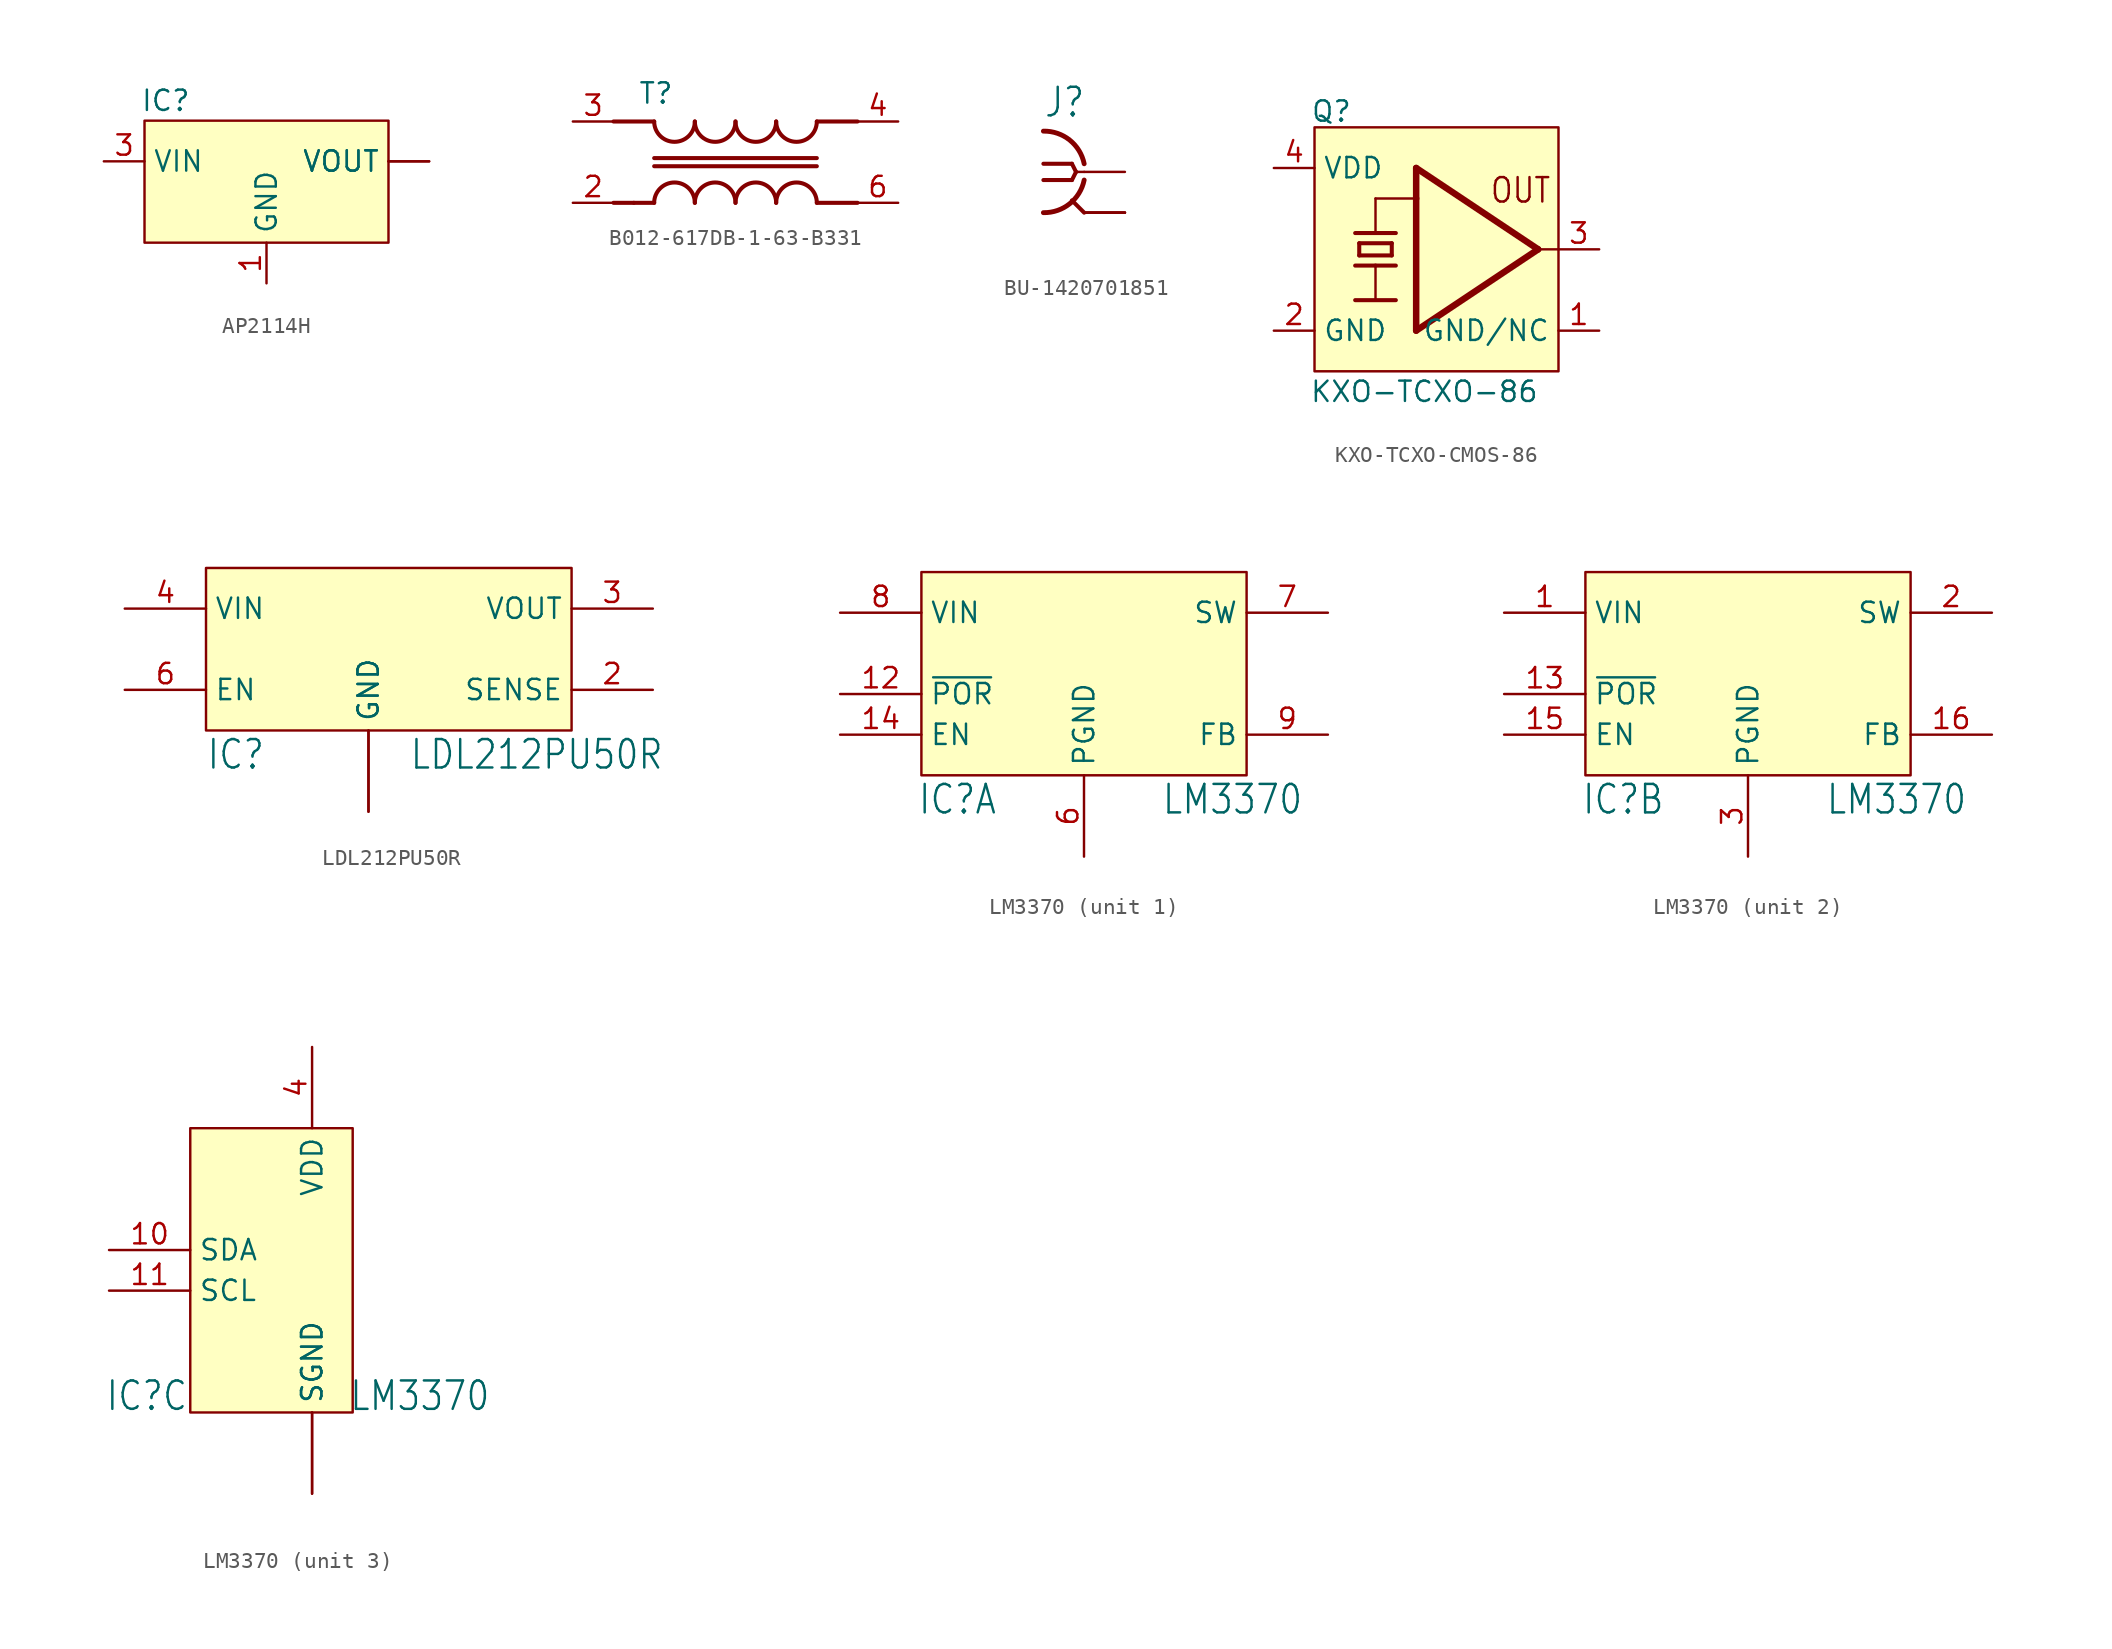
<source format=kicad_sym>
(kicad_symbol_lib
  (version 20231120)
  (generator "kicad_symbol_editor")
  (generator_version "8.0")
  (symbol "AP2114H"
    (property "Reference" "IC"
      (at -7.874 3.048 0)
      (effects (font (size 1.27 1.27)) (justify left bottom)))
    (property "Value" ""
      (at -7.62 3.175 0)
      (effects (font (size 1.778 1.511)) (justify left bottom)))
    (property "ki_locked" ""
      (at 0 0 0)
      (effects (font (size 1.27 1.27))))
    (symbol "AP2114H_1_0"
      (pin power_in line (at 0 -7.62 90) (length 2.54) (name "GND" (effects (font (size 1.27 1.27)))) (number "1" (effects (font (size 1.27 1.27)))))
      (pin power_out line (at 10.16 0 180) (length 2.54) (name "VOUT" (effects (font (size 1.27 1.27)))) (number "2" (effects (font (size 0 0)))))
      (pin power_in line (at -10.16 0 0) (length 2.54) (name "VIN" (effects (font (size 1.27 1.27)))) (number "3" (effects (font (size 1.27 1.27)))))
      (pin power_in line (at 10.16 0 180) (length 2.54) (name "VOUT" (effects (font (size 1.27 1.27)))) (number "4" (effects (font (size 0 0))))))
    (symbol "AP2114H_1_1"
      (rectangle (start -7.62 2.54) (end 7.62 -5.08) (stroke (width 0) (type default)) (fill (type background)))))
  (symbol "B012-617DB-1-63-B331"
    (property "Reference" "T"
      (at -6.096 3.556 0)
      (effects (font (size 1.27 1.27)) (justify left bottom)))
    (property "ki_locked" ""
      (at 0 0 0)
      (effects (font (size 1.27 1.27))))
    (symbol "B012-617DB-1-63-B331_1_0"
      (arc (start -5.08 2.54) (mid -3.81 1.27) (end -2.54 2.54) (stroke (width 0.254) (type solid)) (fill (type none)))
      (arc (start -2.54 -2.54) (mid -3.81 -1.27) (end -5.08 -2.54) (stroke (width 0.254) (type solid)) (fill (type none)))
      (arc (start -2.54 2.54) (mid -1.27 1.27) (end 0 2.54) (stroke (width 0.254) (type solid)) (fill (type none)))
      (arc (start 0 -2.54) (mid -1.27 -1.27) (end -2.54 -2.54) (stroke (width 0.254) (type solid)) (fill (type none)))
      (polyline (pts (xy -7.62 -2.54) (xy -6.35 -2.54)) (stroke (width 0.254) (type solid)) (fill (type none)))
      (polyline (pts (xy -7.62 2.54) (xy -5.08 2.54)) (stroke (width 0.254) (type solid)) (fill (type none)))
      (polyline (pts (xy -6.35 -2.54) (xy -5.08 -2.54)) (stroke (width 0.254) (type solid)) (fill (type none)))
      (polyline (pts (xy -5.08 -0.254) (xy 5.08 -0.254)) (stroke (width 0.254) (type solid)) (fill (type none)))
      (polyline (pts (xy -5.08 0.254) (xy 5.08 0.254)) (stroke (width 0.254) (type solid)) (fill (type none)))
      (polyline (pts (xy 5.08 -2.54) (xy 7.62 -2.54)) (stroke (width 0.254) (type solid)) (fill (type none)))
      (polyline (pts (xy 5.08 2.54) (xy 7.62 2.54)) (stroke (width 0.254) (type solid)) (fill (type none)))
      (arc (start 0 2.54) (mid 1.27 1.27) (end 2.54 2.54) (stroke (width 0.254) (type solid)) (fill (type none)))
      (arc (start 2.54 -2.54) (mid 1.27 -1.27) (end 0 -2.54) (stroke (width 0.254) (type solid)) (fill (type none)))
      (arc (start 2.54 2.54) (mid 3.81 1.27) (end 5.08 2.54) (stroke (width 0.254) (type solid)) (fill (type none)))
      (arc (start 5.08 -2.54) (mid 3.81 -1.27) (end 2.54 -2.54) (stroke (width 0.254) (type solid)) (fill (type none)))
      (pin passive line (at -10.16 -2.54 0) (length 2.54) (name "IN-" (effects (font (size 0 0)))) (number "2" (effects (font (size 1.27 1.27)))))
      (pin passive line (at -10.16 2.54 0) (length 2.54) (name "IN+" (effects (font (size 0 0)))) (number "3" (effects (font (size 1.27 1.27)))))
      (pin passive line (at 10.16 2.54 180) (length 2.54) (name "OUT+" (effects (font (size 0 0)))) (number "4" (effects (font (size 1.27 1.27)))))
      (pin passive line (at 10.16 -2.54 180) (length 2.54) (name "OUT-" (effects (font (size 0 0)))) (number "6" (effects (font (size 1.27 1.27)))))))
  (symbol "BU-1420701851"
    (property "Reference" "J"
      (at -2.54 3.302 0)
      (effects (font (size 1.778 1.511)) (justify left bottom)))
    (property "Value" ""
      (at -2.54 -5.08 0)
      (effects (font (size 1.778 1.511)) (justify left bottom)))
    (property "ki_locked" ""
      (at 0 0 0)
      (effects (font (size 1.27 1.27))))
    (symbol "BU-1420701851_1_0"
      (arc (start -2.54 -2.54) (mid -0.9022 -1.9838) (end 0 -0.508) (stroke (width 0.3048) (type solid)) (fill (type none)))
      (polyline (pts (xy -2.54 0.508) (xy -0.762 0.508)) (stroke (width 0.254) (type solid)) (fill (type none)))
      (polyline (pts (xy -0.762 -0.508) (xy -2.54 -0.508)) (stroke (width 0.254) (type solid)) (fill (type none)))
      (polyline (pts (xy -0.762 0.508) (xy -0.508 0)) (stroke (width 0.254) (type solid)) (fill (type none)))
      (polyline (pts (xy -0.508 0) (xy -0.762 -0.508)) (stroke (width 0.254) (type solid)) (fill (type none)))
      (polyline (pts (xy 0 -2.54) (xy -0.762 -1.778)) (stroke (width 0.254) (type solid)) (fill (type none)))
      (polyline (pts (xy 0 0) (xy -0.508 0)) (stroke (width 0.152) (type solid)) (fill (type none)))
      (arc (start 0 0.508) (mid -0.9022 1.9838) (end -2.54 2.54) (stroke (width 0.3048) (type solid)) (fill (type none)))
      (pin passive line (at 2.54 0 180) (length 2.54) (name "1" (effects (font (size 0 0)))) (number "1" (effects (font (size 0 0)))))
      (pin passive line (at 2.54 -2.54 180) (length 2.54) (name "2" (effects (font (size 0 0)))) (number "G@1" (effects (font (size 0 0)))))
      (pin passive line (at 2.54 -2.54 180) (length 2.54) (name "2" (effects (font (size 0 0)))) (number "G@2" (effects (font (size 0 0)))))
      (pin passive line (at 2.54 -2.54 180) (length 2.54) (name "2" (effects (font (size 0 0)))) (number "G@3" (effects (font (size 0 0)))))
      (pin passive line (at 2.54 -2.54 180) (length 2.54) (name "2" (effects (font (size 0 0)))) (number "G@4" (effects (font (size 0 0)))))))
  (symbol "KXO-TCXO-CMOS-86"
    (property "Reference" "Q"
      (at -7.874 7.874 0)
      (effects (font (size 1.27 1.27)) (justify left bottom)))
    (property "Value" "KXO-TCXO-86"
      (at -0.762 -8.89 0)
      (effects (font (size 1.27 1.27))))
    (symbol "KXO-TCXO-CMOS-86_1_0"
      (polyline (pts (xy -5.08 -3.175) (xy -2.54 -3.175)) (stroke (width 0.254) (type solid)) (fill (type none)))
      (polyline (pts (xy -5.08 -1.016) (xy -3.81 -1.016)) (stroke (width 0.254) (type solid)) (fill (type none)))
      (polyline (pts (xy -5.08 1.016) (xy -2.54 1.016)) (stroke (width 0.254) (type solid)) (fill (type none)))
      (polyline (pts (xy -4.826 -0.381) (xy -4.826 0.381)) (stroke (width 0.254) (type solid)) (fill (type none)))
      (polyline (pts (xy -4.826 -0.381) (xy -2.794 -0.381)) (stroke (width 0.254) (type solid)) (fill (type none)))
      (polyline (pts (xy -4.826 0.381) (xy -2.794 0.381)) (stroke (width 0.254) (type solid)) (fill (type none)))
      (polyline (pts (xy -3.81 -3.175) (xy -3.81 -1.016)) (stroke (width 0.152) (type solid)) (fill (type none)))
      (polyline (pts (xy -3.81 -1.016) (xy -2.54 -1.016)) (stroke (width 0.254) (type solid)) (fill (type none)))
      (polyline (pts (xy -3.81 1.016) (xy -3.81 3.175)) (stroke (width 0.152) (type solid)) (fill (type none)))
      (polyline (pts (xy -3.81 3.175) (xy -1.27 3.175)) (stroke (width 0.152) (type solid)) (fill (type none)))
      (polyline (pts (xy -2.794 0.381) (xy -2.794 -0.381)) (stroke (width 0.254) (type solid)) (fill (type none)))
      (polyline (pts (xy -1.27 -5.08) (xy -1.27 3.175)) (stroke (width 0.406) (type solid)) (fill (type none)))
      (polyline (pts (xy -1.27 3.175) (xy -1.27 5.08)) (stroke (width 0.406) (type solid)) (fill (type none)))
      (polyline (pts (xy -1.27 5.08) (xy 6.35 0)) (stroke (width 0.406) (type solid)) (fill (type none)))
      (polyline (pts (xy 6.35 0) (xy -1.27 -5.08)) (stroke (width 0.406) (type solid)) (fill (type none)))
      (polyline (pts (xy 6.35 0) (xy 7.62 0)) (stroke (width 0.152) (type solid)) (fill (type none)))
      (text "OUT" (at 3.302 2.794 0) (effects (font (size 1.524 1.295)) (justify left bottom)))
      (pin power_in line (at 10.16 -5.08 180) (length 2.54) (name "GND/NC" (effects (font (size 1.27 1.27)))) (number "1" (effects (font (size 1.27 1.27)))))
      (pin power_in line (at -10.16 -5.08 0) (length 2.54) (name "GND" (effects (font (size 1.27 1.27)))) (number "2" (effects (font (size 1.27 1.27)))))
      (pin output line (at 10.16 0 180) (length 2.54) (name "OUT" (effects (font (size 0 0)))) (number "3" (effects (font (size 1.27 1.27)))))
      (pin power_in line (at -10.16 5.08 0) (length 2.54) (name "VDD" (effects (font (size 1.27 1.27)))) (number "4" (effects (font (size 1.27 1.27))))))
    (symbol "KXO-TCXO-CMOS-86_1_1"
      (rectangle (start -7.62 7.62) (end 7.62 -7.62) (stroke (width 0) (type default)) (fill (type background)))))
  (symbol "LDL212PU50R"
    (property "Reference" "IC"
      (at -10.16 -10.16 0)
      (effects (font (size 1.778 1.511)) (justify left bottom)))
    (property "Value" "LDL212PU50R"
      (at 2.54 -10.16 0)
      (effects (font (size 1.778 1.511)) (justify left bottom)))
    (symbol "LDL212PU50R_1_0"
      (pin power_in line (at 0 -12.7 90) (length 5.08) (name "GND" (effects (font (size 1.27 1.27)))) (number "1" (effects (font (size 0 0)))))
      (pin input line (at 17.78 -5.08 180) (length 5.08) (name "SENSE" (effects (font (size 1.27 1.27)))) (number "2" (effects (font (size 1.27 1.27)))))
      (pin power_out line (at 17.78 0 180) (length 5.08) (name "VOUT" (effects (font (size 1.27 1.27)))) (number "3" (effects (font (size 1.27 1.27)))))
      (pin power_in line (at -15.24 0 0) (length 5.08) (name "VIN" (effects (font (size 1.27 1.27)))) (number "4" (effects (font (size 1.27 1.27)))))
      (pin input line (at -15.24 -5.08 0) (length 5.08) (name "EN" (effects (font (size 1.27 1.27)))) (number "6" (effects (font (size 1.27 1.27)))))
      (pin passive line (at 0 -12.7 90) (length 5.08) (name "GND" (effects (font (size 1.27 1.27)))) (number "7" (effects (font (size 0 0))))))
    (symbol "LDL212PU50R_1_1"
      (rectangle (start -10.16 2.54) (end 12.7 -7.62) (stroke (width 0) (type default)) (fill (type background)))))
  (symbol "LM3370"
    (property "Reference" "IC"
      (at -10.414 -7.62 0)
      (effects (font (size 1.778 1.511)) (justify left bottom)))
    (property "Value" "LM3370"
      (at 4.826 -7.62 0)
      (effects (font (size 1.778 1.511)) (justify left bottom)))
    (property "ki_locked" ""
      (at 0 0 0)
      (effects (font (size 1.27 1.27))))
    (symbol "LM3370_1_0"
      (pin input line (at -15.24 0 0) (length 5.08) (name "~{POR}" (effects (font (size 1.27 1.27)))) (number "12" (effects (font (size 1.27 1.27)))))
      (pin input line (at -15.24 -2.54 0) (length 5.08) (name "EN" (effects (font (size 1.27 1.27)))) (number "14" (effects (font (size 1.27 1.27)))))
      (pin power_in line (at 0 -10.16 90) (length 5.08) (name "PGND" (effects (font (size 1.27 1.27)))) (number "6" (effects (font (size 1.27 1.27)))))
      (pin output line (at 15.24 5.08 180) (length 5.08) (name "SW" (effects (font (size 1.27 1.27)))) (number "7" (effects (font (size 1.27 1.27)))))
      (pin power_in line (at -15.24 5.08 0) (length 5.08) (name "VIN" (effects (font (size 1.27 1.27)))) (number "8" (effects (font (size 1.27 1.27)))))
      (pin input line (at 15.24 -2.54 180) (length 5.08) (name "FB" (effects (font (size 1.27 1.27)))) (number "9" (effects (font (size 1.27 1.27))))))
    (symbol "LM3370_1_1"
      (rectangle (start -10.16 7.62) (end 10.16 -5.08) (stroke (width 0) (type default)) (fill (type background))))
    (symbol "LM3370_2_0"
      (pin power_in line (at -15.24 5.08 0) (length 5.08) (name "VIN" (effects (font (size 1.27 1.27)))) (number "1" (effects (font (size 1.27 1.27)))))
      (pin input line (at -15.24 0 0) (length 5.08) (name "~{POR}" (effects (font (size 1.27 1.27)))) (number "13" (effects (font (size 1.27 1.27)))))
      (pin input line (at -15.24 -2.54 0) (length 5.08) (name "EN" (effects (font (size 1.27 1.27)))) (number "15" (effects (font (size 1.27 1.27)))))
      (pin input line (at 15.24 -2.54 180) (length 5.08) (name "FB" (effects (font (size 1.27 1.27)))) (number "16" (effects (font (size 1.27 1.27)))))
      (pin output line (at 15.24 5.08 180) (length 5.08) (name "SW" (effects (font (size 1.27 1.27)))) (number "2" (effects (font (size 1.27 1.27)))))
      (pin power_in line (at 0 -10.16 90) (length 5.08) (name "PGND" (effects (font (size 1.27 1.27)))) (number "3" (effects (font (size 1.27 1.27))))))
    (symbol "LM3370_2_1"
      (rectangle (start -10.16 7.62) (end 10.16 -5.08) (stroke (width 0) (type default)) (fill (type background))))
    (symbol "LM3370_3_0"
      (pin bidirectional line (at -10.16 2.54 0) (length 5.08) (name "SDA" (effects (font (size 1.27 1.27)))) (number "10" (effects (font (size 1.27 1.27)))))
      (pin bidirectional line (at -10.16 0 0) (length 5.08) (name "SCL" (effects (font (size 1.27 1.27)))) (number "11" (effects (font (size 1.27 1.27)))))
      (pin power_in line (at 2.54 -12.7 90) (length 5.08) (name "SGND" (effects (font (size 1.27 1.27)))) (number "17" (effects (font (size 0 0)))))
      (pin power_in line (at 2.54 15.24 270) (length 5.08) (name "VDD" (effects (font (size 1.27 1.27)))) (number "4" (effects (font (size 1.27 1.27)))))
      (pin passive line (at 2.54 -12.7 90) (length 5.08) (name "SGND" (effects (font (size 1.27 1.27)))) (number "5" (effects (font (size 0 0))))))
    (symbol "LM3370_3_1"
      (rectangle (start -5.08 10.16) (end 5.08 -7.62) (stroke (width 0) (type default)) (fill (type background))))))
</source>
